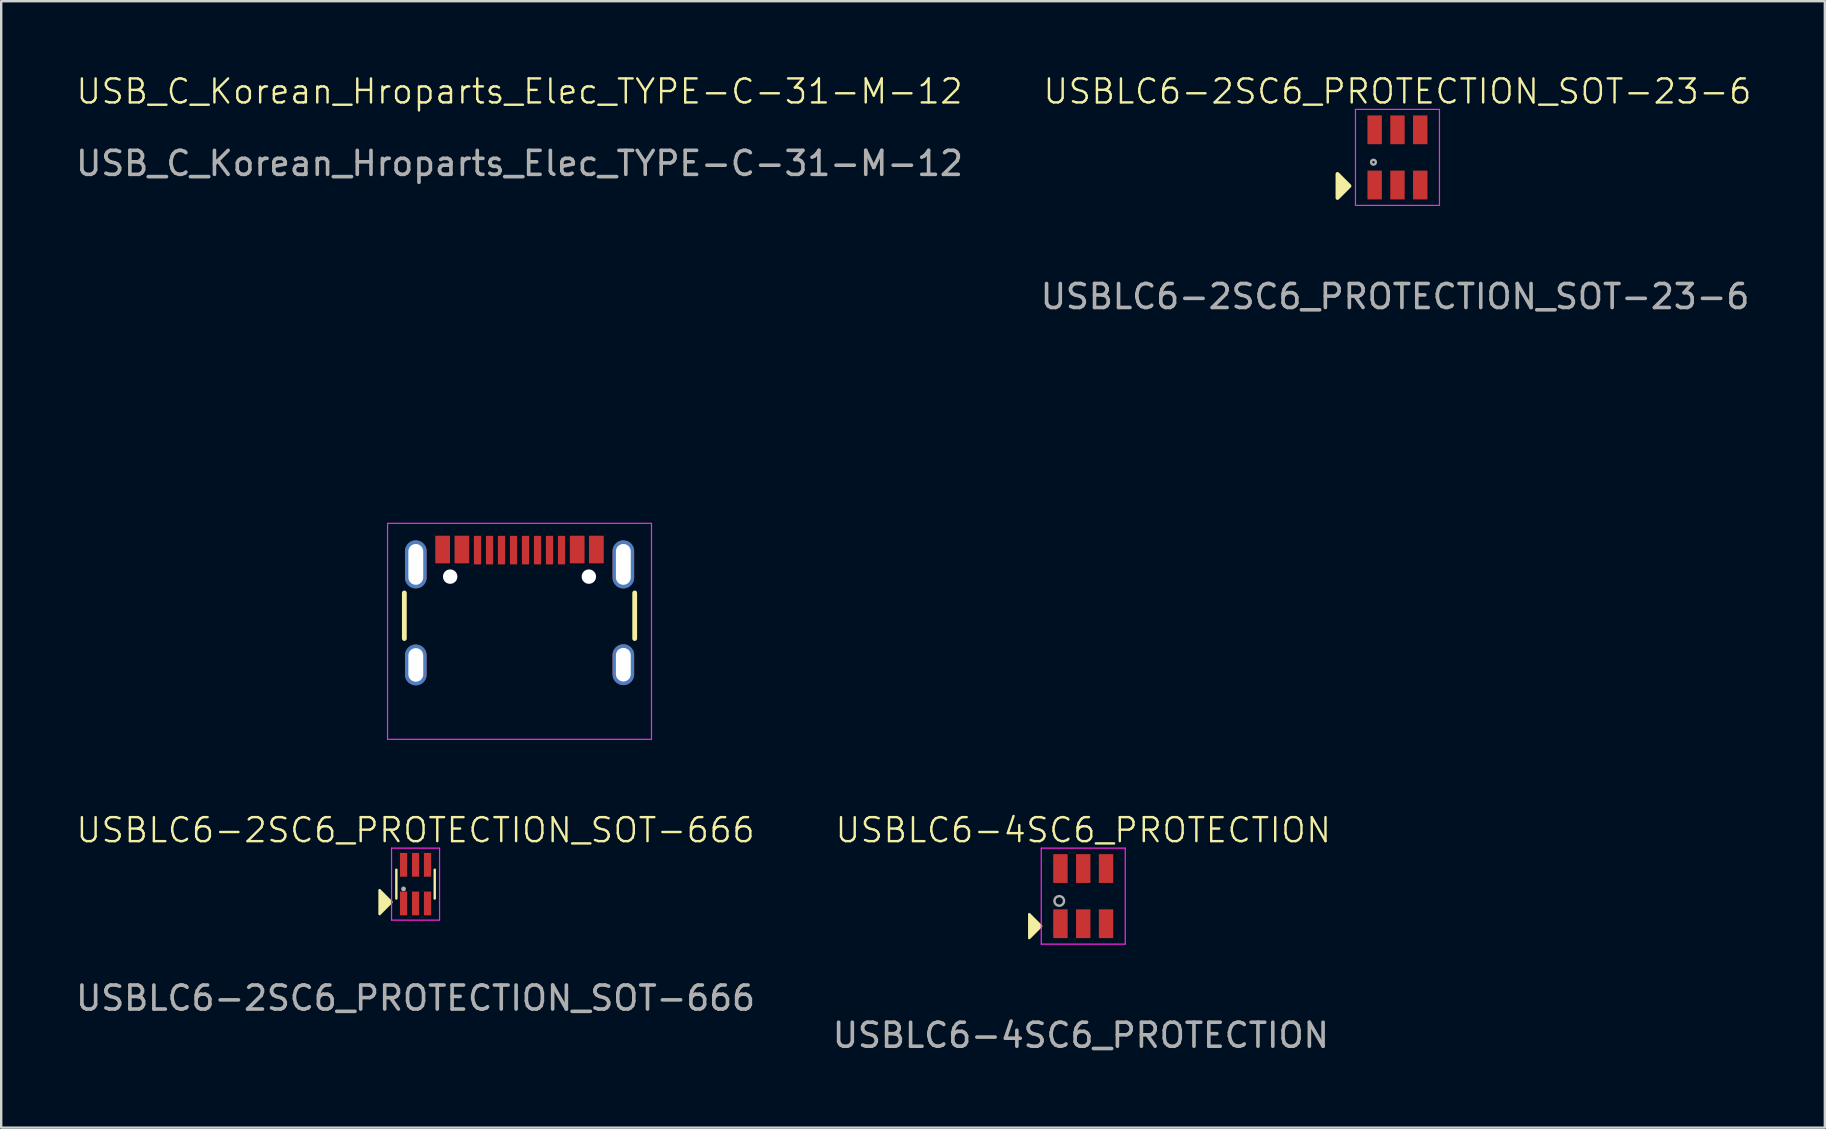
<source format=kicad_pcb>
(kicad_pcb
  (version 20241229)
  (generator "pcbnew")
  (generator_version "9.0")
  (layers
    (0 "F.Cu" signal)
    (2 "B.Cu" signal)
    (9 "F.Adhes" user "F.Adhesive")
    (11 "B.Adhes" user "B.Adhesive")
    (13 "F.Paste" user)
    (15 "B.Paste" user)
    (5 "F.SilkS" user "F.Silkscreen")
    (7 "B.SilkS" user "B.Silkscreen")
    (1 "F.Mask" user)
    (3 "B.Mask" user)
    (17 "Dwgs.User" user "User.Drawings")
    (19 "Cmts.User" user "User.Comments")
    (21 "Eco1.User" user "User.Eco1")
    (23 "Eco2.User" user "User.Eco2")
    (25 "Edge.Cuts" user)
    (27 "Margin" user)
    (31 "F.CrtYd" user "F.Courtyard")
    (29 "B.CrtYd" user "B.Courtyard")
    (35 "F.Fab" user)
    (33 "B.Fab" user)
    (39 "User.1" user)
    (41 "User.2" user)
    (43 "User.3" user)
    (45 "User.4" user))
  (footprint "USBLC6-2SC6_PROTECTION_SOT-23-6"
    (layer "F.Cu")
    (at 55.189 3.51)
    (property "Reference" "USBLC6-2SC6_PROTECTION_SOT-23-6" (at 0 -2.75 0) (unlocked yes) (layer "F.SilkS") (effects (font (size 1 1) (thickness 0.1))))
    (attr smd)
    (fp_poly (pts (xy -2.5 0.69) (xy -2 1.19) (xy -2.5 1.69)) (stroke (width 0.16) (type solid)) (fill yes) (layer "F.SilkS"))
    (fp_line (start -1.75 -2) (end 1.75 -2) (stroke (width 0.05) (type default)) (layer "F.CrtYd"))
    (fp_line (start -1.75 2) (end -1.75 -2) (stroke (width 0.05) (type default)) (layer "F.CrtYd"))
    (fp_line (start 1.75 -2) (end 1.75 2) (stroke (width 0.05) (type default)) (layer "F.CrtYd"))
    (fp_line (start 1.75 2) (end -1.75 2) (stroke (width 0.05) (type default)) (layer "F.CrtYd"))
    (fp_circle (center -1 0.2) (end -0.9 0.2) (stroke (width 0.1) (type default)) (fill no) (layer "F.Fab"))
    (fp_line (start -1.45 -0.8) (end -1.45 0.8) (stroke (width 0.1) (type default)) (layer "User.1"))
    (fp_line (start 1.45 -0.8) (end 1.45 0.8) (stroke (width 0.1) (type default)) (layer "User.1"))
    (fp_text user "${REFERENCE}" (at -0.1 5.8 0) (unlocked yes) (layer "F.Fab") (effects (font (size 1 1) (thickness 0.15))))
    (dimension (type aligned) (layer "User.1") (pts (xy 56.439 1.76) (xy 56.439 5.261)) (height -0.35) (format (prefix "") (suffix "") (units 3) (units_format 1) (precision 2)) (style (thickness 0.01) (arrow_length 0.01) (text_position_mode 2) (arrow_direction outward) (extension_height 0) (extension_offset 0) (keep_text_aligned yes)) (gr_text "3.50 mm" (at 56.789 3.51 90) (layer "User.1") (effects (font (size 0.1 0.1) (thickness 0.15)))))
    (dimension (type aligned) (layer "User.1") (pts (xy 54.239 4.061) (xy 55.189 4.061)) (height -0.1) (format (prefix "") (suffix "") (units 3) (units_format 1) (precision 2)) (style (thickness 0.01) (arrow_length 0.01) (text_position_mode 2) (arrow_direction outward) (extension_height 0) (extension_offset 0) (keep_text_aligned yes)) (gr_text "0.95 mm" (at 54.539 3.91 0) (layer "User.1") (effects (font (size 0.1 0.1) (thickness 0.15)))))
    (dimension (type aligned) (layer "User.1") (pts (xy 53.939 1.76) (xy 54.539 1.76)) (height -0.1) (format (prefix "") (suffix "") (units 3) (units_format 1) (precision 2)) (style (thickness 0.01) (arrow_length 0.01) (text_position_mode 2) (arrow_direction outward) (extension_height 0) (extension_offset 0) (keep_text_aligned yes)) (gr_text "0.60 mm" (at 54.289 1.611 0) (layer "User.1") (effects (font (size 0.1 0.1) (thickness 0.15)))))
    (dimension (type aligned) (layer "User.1") (pts (xy 56.439 4.061) (xy 56.439 5.261)) (height -0.1) (format (prefix "") (suffix "") (units 3) (units_format 1) (precision 2)) (style (thickness 0.01) (arrow_length 0.01) (text_position_mode 2) (arrow_direction outward) (extension_height 0) (extension_offset 0) (keep_text_aligned yes)) (gr_text "1.20 mm" (at 56.539 4.71 90) (layer "User.1") (effects (font (size 0.1 0.1) (thickness 0.15)))))
    (pad "1" smd rect (at -0.95 1.15) (size 0.6 1.2) (layers "F.Cu" "F.Mask" "F.Paste"))
    (pad "2" smd rect (at 0 1.15) (size 0.6 1.2) (layers "F.Cu" "F.Mask" "F.Paste"))
    (pad "3" smd rect (at 0.95 1.15) (size 0.6 1.2) (layers "F.Cu" "F.Mask" "F.Paste"))
    (pad "4" smd rect (at 0.95 -1.15) (size 0.6 1.2) (layers "F.Cu" "F.Mask" "F.Paste"))
    (pad "5" smd rect (at 0 -1.15) (size 0.6 1.2) (layers "F.Cu" "F.Mask" "F.Paste"))
    (pad "6" smd rect (at -0.95 -1.15) (size 0.6 1.2) (layers "F.Cu" "F.Mask" "F.Paste")))
  (footprint "USB_C_Korean_Hroparts_Elec_TYPE-C-31-M-12"
    (layer "F.Cu")
    (at 18.601 26.761)
    (property "Reference" "USB_C_Korean_Hroparts_Elec_TYPE-C-31-M-12" (at 0 -26 0) (unlocked yes) (layer "F.SilkS") (effects (font (size 1 1) (thickness 0.1))))
    (attr smd)
    (fp_line (start -4.8 -5.1) (end -4.8 -3.2) (stroke (width 0.2) (type default)) (layer "F.SilkS"))
    (fp_line (start 4.8 -5.1) (end 4.8 -3.2) (stroke (width 0.2) (type default)) (layer "F.SilkS"))
    (fp_line (start -5.5 -8) (end -5.5 1) (stroke (width 0.05) (type default)) (layer "F.CrtYd"))
    (fp_line (start -5.5 1) (end 5.5 1) (stroke (width 0.05) (type default)) (layer "F.CrtYd"))
    (fp_line (start 5.5 -8) (end -5.5 -8) (stroke (width 0.05) (type default)) (layer "F.CrtYd"))
    (fp_line (start 5.5 1) (end 5.5 -8) (stroke (width 0.05) (type default)) (layer "F.CrtYd"))
    (fp_text user "${REFERENCE}" (at 0 -23 0) (unlocked yes) (layer "F.Fab") (effects (font (size 1 1) (thickness 0.15))))
    (dimension (type aligned) (layer "User.1") (pts (xy 15.401 19.901) (xy 21.801 19.901)) (height 4.36) (format (prefix "") (suffix "") (units 3) (units_format 1) (precision 4)) (style (thickness 0.05) (arrow_length 0.2) (text_position_mode 0) (arrow_direction outward) (extension_height 0.586) (extension_offset 0.5) (keep_text_aligned yes)) (gr_text "6.4000 mm" (at 18.601 24.151 0) (layer "User.1") (effects (font (size 0.1 0.1) (thickness 0.01)))))
    (dimension (type aligned) (layer "User.1") (pts (xy 22.928 21.471) (xy 22.928 19.471)) (height 1.673) (format (prefix "") (suffix "") (units 3) (units_format 1) (precision 4)) (style (thickness 0.05) (arrow_length 0.2) (text_position_mode 0) (arrow_direction outward) (extension_height 0.586) (extension_offset 0.5) (keep_text_aligned yes)) (gr_text "2.0000 mm" (at 24.491 20.471 90) (layer "User.1") (effects (font (size 0.1 0.1) (thickness 0.01)))))
    (dimension (type aligned) (layer "User.1") (pts (xy 17.851 19.901) (xy 19.351 19.901)) (height -1.64) (format (prefix "") (suffix "") (units 3) (units_format 1) (precision 4)) (style (thickness 0.05) (arrow_length 0.2) (text_position_mode 0) (arrow_direction outward) (extension_height 0.586) (extension_offset 0.5) (keep_text_aligned yes)) (gr_text "1.5000 mm" (at 18.601 18.151 0) (layer "User.1") (effects (font (size 0.1 0.1) (thickness 0.01)))))
    (dimension (type aligned) (layer "User.1") (pts (xy 22.428 21.32) (xy 22.428 19.62)) (height 1.673) (format (prefix "") (suffix "") (units 3) (units_format 1) (precision 4)) (style (thickness 0.05) (arrow_length 0.2) (text_position_mode 0) (arrow_direction outward) (extension_height 0.586) (extension_offset 0.5) (keep_text_aligned yes)) (gr_text "1.7000 mm" (at 23.991 20.471 90) (layer "User.1") (effects (font (size 0.1 0.1) (thickness 0.01)))))
    (dimension (type aligned) (layer "User.1") (pts (xy 22.928 25.5) (xy 22.928 23.8)) (height 2.673) (format (prefix "") (suffix "") (units 3) (units_format 1) (precision 4)) (style (thickness 0.05) (arrow_length 0.2) (text_position_mode 0) (arrow_direction outward) (extension_height 0.586) (extension_offset 0.5) (keep_text_aligned yes)) (gr_text "1.7000 mm" (at 25.491 24.651 90) (layer "User.1") (effects (font (size 0.1 0.1) (thickness 0.01)))))
    (dimension (type aligned) (layer "User.1") (pts (xy 15.711 20.98) (xy 21.491 20.98)) (height 0.78) (format (prefix "") (suffix "") (units 3) (units_format 1) (precision 4)) (style (thickness 0.05) (arrow_length 0.2) (text_position_mode 0) (arrow_direction outward) (extension_height 0.586) (extension_offset 0.5) (keep_text_aligned yes)) (gr_text "5.7800 mm" (at 18.601 21.651 0) (layer "User.1") (effects (font (size 0.1 0.1) (thickness 0.01)))))
    (dimension (type aligned) (layer "User.1") (pts (xy 14.278 24.66) (xy 22.928 24.651)) (height 1.09) (format (prefix "") (suffix "") (units 3) (units_format 1) (precision 4)) (style (thickness 0.05) (arrow_length 0.2) (text_position_mode 0) (arrow_direction outward) (extension_height 0.586) (extension_offset 0.5) (keep_text_aligned yes)) (gr_text "8.6500 mm" (at 18.604 25.636 0.066) (layer "User.1") (effects (font (size 0.1 0.1) (thickness 0.01)))))
    (dimension (type aligned) (layer "User.1") (pts (xy 16.201 19.901) (xy 21.001 19.901)) (height -2.64) (format (prefix "") (suffix "") (units 3) (units_format 1) (precision 4)) (style (thickness 0.05) (arrow_length 0.2) (text_position_mode 0) (arrow_direction outward) (extension_height 0.586) (extension_offset 0.5) (keep_text_aligned yes)) (gr_text "4.8000 mm" (at 18.601 17.151 0) (layer "User.1") (effects (font (size 0.1 0.1) (thickness 0.01)))))
    (dimension (type aligned) (layer "User.1") (pts (xy 22.928 25.351) (xy 22.928 23.951)) (height 1.673) (format (prefix "") (suffix "") (units 3) (units_format 1) (precision 4)) (style (thickness 0.05) (arrow_length 0.2) (text_position_mode 0) (arrow_direction outward) (extension_height 0.586) (extension_offset 0.5) (keep_text_aligned yes)) (gr_text "1.4000 mm" (at 24.491 24.651 90) (layer "User.1") (effects (font (size 0.1 0.1) (thickness 0.01)))))
    (pad "" np_thru_hole circle (at -2.89 -5.78) (size 0.6 0.6) (drill 0.6) (layers "*.Cu" "*.Mask"))
    (pad "" np_thru_hole circle (at 2.89 -5.78) (size 0.6 0.6) (drill 0.6) (layers "*.Cu" "*.Mask"))
    (pad "A1" smd rect (at -3.2 -6.91) (size 0.6 1.14) (layers "F.Cu" "F.Mask" "F.Paste"))
    (pad "A4" smd rect (at -2.4 -6.91) (size 0.6 1.14) (layers "F.Cu" "F.Mask" "F.Paste"))
    (pad "A5" smd rect (at -1.25 -6.885) (size 0.3 1.19) (layers "F.Cu" "F.Mask" "F.Paste"))
    (pad "A6" smd rect (at -0.25 -6.885) (size 0.3 1.19) (layers "F.Cu" "F.Mask" "F.Paste"))
    (pad "A7" smd rect (at 0.25 -6.885) (size 0.3 1.19) (layers "F.Cu" "F.Mask" "F.Paste"))
    (pad "A8" smd rect (at 1.25 -6.885) (size 0.3 1.19) (layers "F.Cu" "F.Mask" "F.Paste"))
    (pad "A9" smd rect (at 2.4 -6.91) (size 0.6 1.14) (layers "F.Cu" "F.Mask" "F.Paste"))
    (pad "A12" smd rect (at 3.2 -6.91) (size 0.6 1.14) (layers "F.Cu" "F.Mask" "F.Paste"))
    (pad "B1" smd rect (at 3.2 -6.91) (size 0.6 1.14) (layers "F.Cu" "F.Mask" "F.Paste"))
    (pad "B4" smd rect (at 2.4 -6.91) (size 0.6 1.14) (layers "F.Cu" "F.Mask" "F.Paste"))
    (pad "B5" smd rect (at 1.75 -6.885) (size 0.3 1.19) (layers "F.Cu" "F.Mask" "F.Paste"))
    (pad "B6" smd rect (at 0.75 -6.885) (size 0.3 1.19) (layers "F.Cu" "F.Mask" "F.Paste"))
    (pad "B7" smd rect (at -0.75 -6.885) (size 0.3 1.19) (layers "F.Cu" "F.Mask" "F.Paste"))
    (pad "B8" smd rect (at -1.75 -6.885) (size 0.3 1.19) (layers "F.Cu" "F.Mask" "F.Paste"))
    (pad "B9" smd rect (at -2.4 -6.91) (size 0.6 1.14) (layers "F.Cu" "F.Mask" "F.Paste"))
    (pad "B12" smd rect (at -3.2 -6.91) (size 0.6 1.14) (layers "F.Cu" "F.Mask" "F.Paste"))
    (pad "S1" thru_hole oval (at -4.323 -6.29) (size 0.9 2) (drill oval 0.62 1.7) (layers "*.Cu" "*.Mask"))
    (pad "S1" thru_hole oval (at -4.323 -2.1) (size 0.9 1.7) (drill oval 0.62 1.4) (layers "*.Cu" "*.Mask"))
    (pad "S1" thru_hole oval (at 4.327 -6.29) (size 0.9 2) (drill oval 0.62 1.7) (layers "*.Cu" "*.Mask"))
    (pad "S1" thru_hole oval (at 4.327 -2.11) (size 0.9 1.7) (drill oval 0.62 1.4) (layers "*.Cu" "*.Mask")))
  (footprint "USBLC6-4SC6_PROTECTION"
    (layer "F.Cu")
    (at 42.094 34.296)
    (property "Reference" "USBLC6-4SC6_PROTECTION" (at 0 -2.75 0) (unlocked yes) (layer "F.SilkS") (effects (font (size 1 1) (thickness 0.1))))
    (attr smd)
    (fp_poly (pts (xy -2.25 0.75) (xy -1.75 1.25) (xy -2.25 1.75)) (stroke (width 0.1) (type solid)) (fill yes) (layer "F.SilkS"))
    (fp_line (start -1.75 -2) (end 1.75 -2) (stroke (width 0.05) (type default)) (layer "F.CrtYd"))
    (fp_line (start -1.75 2) (end -1.75 -2) (stroke (width 0.05) (type default)) (layer "F.CrtYd"))
    (fp_line (start 1.75 -2) (end 1.75 2) (stroke (width 0.05) (type default)) (layer "F.CrtYd"))
    (fp_line (start 1.75 2) (end -1.75 2) (stroke (width 0.05) (type default)) (layer "F.CrtYd"))
    (fp_circle (center -1 0.2) (end -0.8 0.2) (stroke (width 0.1) (type default)) (fill no) (layer "F.Fab"))
    (fp_line (start -1.45 -0.85) (end -1.45 0.85) (stroke (width 0.1) (type default)) (layer "User.1"))
    (fp_line (start 1.45 -0.85) (end 1.45 0.85) (stroke (width 0.1) (type default)) (layer "User.1"))
    (fp_text user "${REFERENCE}" (at -0.1 5.8 0) (unlocked yes) (layer "F.Fab") (effects (font (size 1 1) (thickness 0.15))))
    (dimension (type aligned) (layer "User.1") (pts (xy 43.344 33.746) (xy 43.344 34.846)) (height -0.15) (format (prefix "") (suffix "") (units 3) (units_format 1) (precision 4)) (style (thickness 0.01) (arrow_length 0.01) (text_position_mode 2) (arrow_direction outward) (extension_height 0) (extension_offset 0) (keep_text_aligned yes)) (gr_text "1.1000 mm" (at 43.694 34.196 90) (layer "User.1") (effects (font (size 0.1 0.1) (thickness 0.15)))))
    (dimension (type aligned) (layer "User.1") (pts (xy 41.144 35.446) (xy 41.144 33.146)) (height -0.4) (format (prefix "") (suffix "") (units 3) (units_format 1) (precision 4)) (style (thickness 0.01) (arrow_length 0.01) (text_position_mode 2) (arrow_direction outward) (extension_height 0) (extension_offset 0) (keep_text_aligned yes)) (gr_text "2.3000 mm" (at 40.494 34.296 90) (layer "User.1") (effects (font (size 0.1 0.1) (thickness 0.15)))))
    (dimension (type aligned) (layer "User.1") (pts (xy 41.144 32.546) (xy 42.094 32.546)) (height -0.05) (format (prefix "") (suffix "") (units 3) (units_format 1) (precision 4)) (style (thickness 0.01) (arrow_length 0.01) (text_position_mode 2) (arrow_direction outward) (extension_height 0) (extension_offset 0) (keep_text_aligned yes)) (gr_text "0.9500 mm" (at 41.694 32.396 0) (layer "User.1") (effects (font (size 0.1 0.1) (thickness 0.15)))))
    (dimension (type aligned) (layer "User.1") (pts (xy 43.344 32.546) (xy 43.344 33.746)) (height -0.15) (format (prefix "") (suffix "") (units 3) (units_format 1) (precision 4)) (style (thickness 0.01) (arrow_length 0.01) (text_position_mode 2) (arrow_direction outward) (extension_height 0) (extension_offset 0) (keep_text_aligned yes)) (gr_text "1.2000 mm" (at 43.694 33.096 90) (layer "User.1") (effects (font (size 0.1 0.1) (thickness 0.15)))))
    (dimension (type aligned) (layer "User.1") (pts (xy 41.144 36.046) (xy 41.144 32.546)) (height -0.85) (format (prefix "") (suffix "") (units 3) (units_format 1) (precision 4)) (style (thickness 0.01) (arrow_length 0.01) (text_position_mode 2) (arrow_direction outward) (extension_height 0) (extension_offset 0) (keep_text_aligned yes)) (gr_text "3.5000 mm" (at 40.094 34.296 90) (layer "User.1") (effects (font (size 0.1 0.1) (thickness 0.15)))))
    (dimension (type aligned) (layer "User.1") (pts (xy 42.744 32.546) (xy 43.344 32.546)) (height -0.05) (format (prefix "") (suffix "") (units 3) (units_format 1) (precision 4)) (style (thickness 0.01) (arrow_length 0.01) (text_position_mode 2) (arrow_direction outward) (extension_height 0) (extension_offset 0) (keep_text_aligned yes)) (gr_text "0.6000 mm" (at 43.094 32.396 0) (layer "User.1") (effects (font (size 0.1 0.1) (thickness 0.15)))))
    (pad "1" smd rect (at -0.95 1.15) (size 0.6 1.2) (layers "F.Cu" "F.Mask" "F.Paste"))
    (pad "2" smd rect (at 0 1.15) (size 0.6 1.2) (layers "F.Cu" "F.Mask" "F.Paste"))
    (pad "3" smd rect (at 0.95 1.15) (size 0.6 1.2) (layers "F.Cu" "F.Mask" "F.Paste"))
    (pad "4" smd rect (at 0.95 -1.15) (size 0.6 1.2) (layers "F.Cu" "F.Mask" "F.Paste"))
    (pad "5" smd rect (at 0 -1.15) (size 0.6 1.2) (layers "F.Cu" "F.Mask" "F.Paste"))
    (pad "6" smd rect (at -0.95 -1.15) (size 0.6 1.2) (layers "F.Cu" "F.Mask" "F.Paste")))
  (footprint "USBLC6-2SC6_PROTECTION_SOT-666"
    (layer "F.Cu")
    (at 14.268 33.796)
    (property "Reference" "USBLC6-2SC6_PROTECTION_SOT-666" (at 0 -2.25 0) (unlocked yes) (layer "F.SilkS") (effects (font (size 1 1) (thickness 0.1))))
    (attr smd)
    (fp_line (start -0.8 -0.6) (end -0.8 0.6) (stroke (width 0.1) (type default)) (layer "F.SilkS"))
    (fp_line (start 0.8 -0.6) (end 0.8 0.6) (stroke (width 0.1) (type default)) (layer "F.SilkS"))
    (fp_poly (pts (xy -1.5 0.25) (xy -1 0.75) (xy -1.5 1.25)) (stroke (width 0.1) (type solid)) (fill yes) (layer "F.SilkS"))
    (fp_line (start -1 -1.5) (end 1 -1.5) (stroke (width 0.05) (type default)) (layer "F.CrtYd"))
    (fp_line (start -1 1.5) (end -1 -1.5) (stroke (width 0.05) (type default)) (layer "F.CrtYd"))
    (fp_line (start 1 -1.5) (end 1 1.5) (stroke (width 0.05) (type default)) (layer "F.CrtYd"))
    (fp_line (start 1 1.5) (end -1 1.5) (stroke (width 0.05) (type default)) (layer "F.CrtYd"))
    (fp_circle (center -0.5 0.2) (end -0.5 0.2) (stroke (width 0.1) (type default)) (fill no) (layer "F.Fab"))
    (fp_text user "${REFERENCE}" (at 0 4.75 0) (unlocked yes) (layer "F.Fab") (effects (font (size 1 1) (thickness 0.15))))
    (dimension (type aligned) (layer "User.1") (pts (xy 13.618 35.096) (xy 13.618 34.106)) (height -0.35) (format (prefix "") (suffix "") (units 3) (units_format 1) (precision 2)) (style (thickness 0.01) (arrow_length 0.01) (text_position_mode 2) (arrow_direction outward) (extension_height 0) (extension_offset 0) (keep_text_aligned yes)) (gr_text "0.99 mm" (at 13.268 34.596 90) (layer "User.1") (effects (font (size 0.1 0.1) (thickness 0.15)))))
    (dimension (type aligned) (layer "User.1") (pts (xy 14.918 33.486) (xy 14.918 34.106)) (height -0.35) (format (prefix "") (suffix "") (units 3) (units_format 1) (precision 2)) (style (thickness 0.01) (arrow_length 0.01) (text_position_mode 2) (arrow_direction outward) (extension_height 0) (extension_offset 0) (keep_text_aligned yes)) (gr_text "0.62 mm" (at 15.268 33.796 90) (layer "User.1") (effects (font (size 0.1 0.1) (thickness 0.15)))))
    (dimension (type aligned) (layer "User.1") (pts (xy 13.618 34.106) (xy 13.918 34.106)) (height -0.1) (format (prefix "") (suffix "") (units 3) (units_format 1) (precision 2)) (style (thickness 0.01) (arrow_length 0.01) (text_position_mode 2) (arrow_direction outward) (extension_height 0) (extension_offset 0) (keep_text_aligned yes)) (gr_text "0.30 mm" (at 13.868 33.996 0) (layer "User.1") (effects (font (size 0.1 0.1) (thickness 0.15)))))
    (dimension (type aligned) (layer "User.1") (pts (xy 14.918 32.496) (xy 14.918 35.096)) (height -0.55) (format (prefix "") (suffix "") (units 3) (units_format 1) (precision 2)) (style (thickness 0.01) (arrow_length 0.01) (text_position_mode 2) (arrow_direction outward) (extension_height 0) (extension_offset 0) (keep_text_aligned yes)) (gr_text "2.60 mm" (at 15.468 33.796 90) (layer "User.1") (effects (font (size 0.1 0.1) (thickness 0.15)))))
    (dimension (type aligned) (layer "User.1") (pts (xy 13.768 32.496) (xy 14.268 32.496)) (height -0.1) (format (prefix "") (suffix "") (units 3) (units_format 1) (precision 2)) (style (thickness 0.01) (arrow_length 0.01) (text_position_mode 2) (arrow_direction outward) (extension_height 0) (extension_offset 0) (keep_text_aligned yes)) (gr_text "0.50 mm" (at 14.068 32.396 0) (layer "User.1") (effects (font (size 0.1 0.1) (thickness 0.15)))))
    (pad "1" smd rect (at -0.5 0.805) (size 0.3 0.99) (layers "F.Cu" "F.Mask" "F.Paste"))
    (pad "2" smd rect (at 0 0.805) (size 0.3 0.99) (layers "F.Cu" "F.Mask" "F.Paste"))
    (pad "3" smd rect (at 0.5 0.805) (size 0.3 0.99) (layers "F.Cu" "F.Mask" "F.Paste"))
    (pad "4" smd rect (at 0.5 -0.805) (size 0.3 0.99) (layers "F.Cu" "F.Mask" "F.Paste"))
    (pad "5" smd rect (at 0 -0.805) (size 0.3 0.99) (layers "F.Cu" "F.Mask" "F.Paste"))
    (pad "6" smd rect (at -0.5 -0.805) (size 0.3 0.99) (layers "F.Cu" "F.Mask" "F.Paste")))
  (gr_rect
    (start -3 -3)
    (end 73.001 43.944)
    (stroke (width 0.1) (type default))
    (fill no)
    (layer "Edge.Cuts")))
</source>
